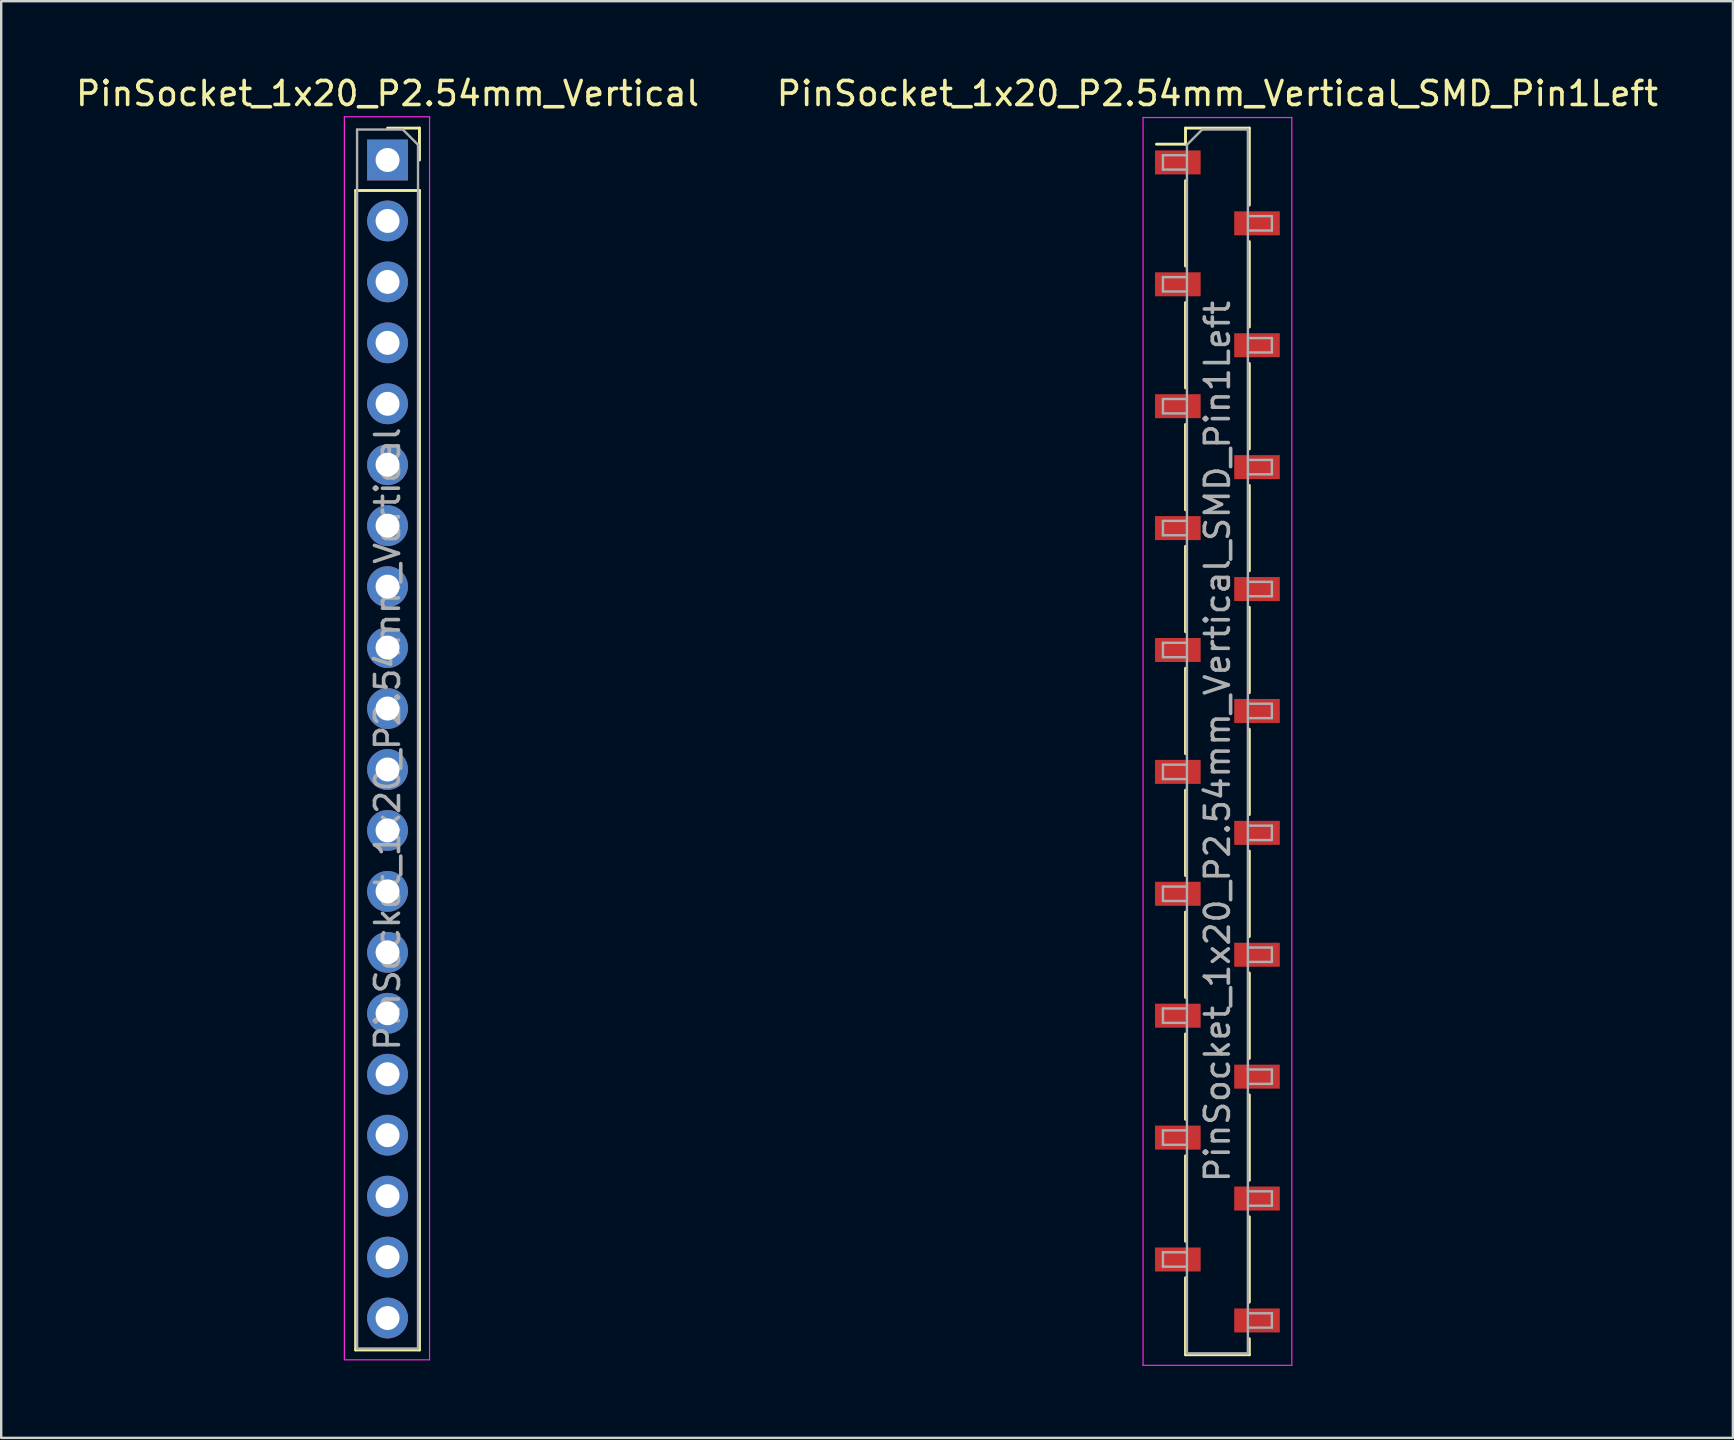
<source format=kicad_pcb>
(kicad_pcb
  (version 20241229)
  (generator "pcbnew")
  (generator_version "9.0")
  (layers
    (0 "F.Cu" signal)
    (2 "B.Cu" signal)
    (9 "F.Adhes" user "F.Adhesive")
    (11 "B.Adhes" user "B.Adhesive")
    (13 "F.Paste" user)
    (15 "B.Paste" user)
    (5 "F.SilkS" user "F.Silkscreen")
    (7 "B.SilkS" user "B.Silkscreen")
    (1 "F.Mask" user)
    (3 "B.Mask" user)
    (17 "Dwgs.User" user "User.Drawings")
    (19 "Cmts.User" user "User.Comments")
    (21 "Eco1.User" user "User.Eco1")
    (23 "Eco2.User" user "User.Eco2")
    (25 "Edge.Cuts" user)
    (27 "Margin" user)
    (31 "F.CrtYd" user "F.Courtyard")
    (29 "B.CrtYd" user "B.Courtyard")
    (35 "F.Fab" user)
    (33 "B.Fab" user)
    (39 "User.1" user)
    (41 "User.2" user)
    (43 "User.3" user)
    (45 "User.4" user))
  (footprint "PinSocket_1x20_P2.54mm_Vertical_SMD_Pin1Left"
    (layer "F.Cu")
    (at 47.685 27.848)
    (property "Reference" "PinSocket_1x20_P2.54mm_Vertical_SMD_Pin1Left" (at 0 -27 0) (layer "F.SilkS") (effects (font (size 1 1) (thickness 0.15))))
    (attr smd)
    (fp_line (start -2.54 -24.89) (end -1.33 -24.89) (stroke (width 0.12) (type solid)) (layer "F.SilkS"))
    (fp_line (start -1.33 -25.56) (end -1.33 -24.89) (stroke (width 0.12) (type solid)) (layer "F.SilkS"))
    (fp_line (start -1.33 -25.56) (end 1.33 -25.56) (stroke (width 0.12) (type solid)) (layer "F.SilkS"))
    (fp_line (start -1.33 -23.37) (end -1.33 -19.81) (stroke (width 0.12) (type solid)) (layer "F.SilkS"))
    (fp_line (start -1.33 -18.29) (end -1.33 -14.73) (stroke (width 0.12) (type solid)) (layer "F.SilkS"))
    (fp_line (start -1.33 -13.21) (end -1.33 -9.65) (stroke (width 0.12) (type solid)) (layer "F.SilkS"))
    (fp_line (start -1.33 -8.13) (end -1.33 -4.57) (stroke (width 0.12) (type solid)) (layer "F.SilkS"))
    (fp_line (start -1.33 -3.05) (end -1.33 0.51) (stroke (width 0.12) (type solid)) (layer "F.SilkS"))
    (fp_line (start -1.33 2.03) (end -1.33 5.59) (stroke (width 0.12) (type solid)) (layer "F.SilkS"))
    (fp_line (start -1.33 7.11) (end -1.33 10.67) (stroke (width 0.12) (type solid)) (layer "F.SilkS"))
    (fp_line (start -1.33 12.19) (end -1.33 15.75) (stroke (width 0.12) (type solid)) (layer "F.SilkS"))
    (fp_line (start -1.33 17.27) (end -1.33 20.83) (stroke (width 0.12) (type solid)) (layer "F.SilkS"))
    (fp_line (start -1.33 22.35) (end -1.33 25.56) (stroke (width 0.12) (type solid)) (layer "F.SilkS"))
    (fp_line (start -1.33 25.56) (end 1.33 25.56) (stroke (width 0.12) (type solid)) (layer "F.SilkS"))
    (fp_line (start 1.33 -25.56) (end 1.33 -22.35) (stroke (width 0.12) (type solid)) (layer "F.SilkS"))
    (fp_line (start 1.33 -20.83) (end 1.33 -17.27) (stroke (width 0.12) (type solid)) (layer "F.SilkS"))
    (fp_line (start 1.33 -15.75) (end 1.33 -12.19) (stroke (width 0.12) (type solid)) (layer "F.SilkS"))
    (fp_line (start 1.33 -10.67) (end 1.33 -7.11) (stroke (width 0.12) (type solid)) (layer "F.SilkS"))
    (fp_line (start 1.33 -5.59) (end 1.33 -2.03) (stroke (width 0.12) (type solid)) (layer "F.SilkS"))
    (fp_line (start 1.33 -0.51) (end 1.33 3.05) (stroke (width 0.12) (type solid)) (layer "F.SilkS"))
    (fp_line (start 1.33 4.57) (end 1.33 8.13) (stroke (width 0.12) (type solid)) (layer "F.SilkS"))
    (fp_line (start 1.33 9.65) (end 1.33 13.21) (stroke (width 0.12) (type solid)) (layer "F.SilkS"))
    (fp_line (start 1.33 14.73) (end 1.33 18.29) (stroke (width 0.12) (type solid)) (layer "F.SilkS"))
    (fp_line (start 1.33 19.81) (end 1.33 23.37) (stroke (width 0.12) (type solid)) (layer "F.SilkS"))
    (fp_line (start 1.33 24.89) (end 1.33 25.56) (stroke (width 0.12) (type solid)) (layer "F.SilkS"))
    (fp_line (start -3.1 -26) (end 3.1 -26) (stroke (width 0.05) (type solid)) (layer "F.CrtYd"))
    (fp_line (start -3.1 26) (end -3.1 -26) (stroke (width 0.05) (type solid)) (layer "F.CrtYd"))
    (fp_line (start 3.1 -26) (end 3.1 26) (stroke (width 0.05) (type solid)) (layer "F.CrtYd"))
    (fp_line (start 3.1 26) (end -3.1 26) (stroke (width 0.05) (type solid)) (layer "F.CrtYd"))
    (fp_line (start -2.27 -24.43) (end -1.27 -24.43) (stroke (width 0.1) (type solid)) (layer "F.Fab"))
    (fp_line (start -2.27 -23.83) (end -2.27 -24.43) (stroke (width 0.1) (type solid)) (layer "F.Fab"))
    (fp_line (start -2.27 -19.35) (end -1.27 -19.35) (stroke (width 0.1) (type solid)) (layer "F.Fab"))
    (fp_line (start -2.27 -18.75) (end -2.27 -19.35) (stroke (width 0.1) (type solid)) (layer "F.Fab"))
    (fp_line (start -2.27 -14.27) (end -1.27 -14.27) (stroke (width 0.1) (type solid)) (layer "F.Fab"))
    (fp_line (start -2.27 -13.67) (end -2.27 -14.27) (stroke (width 0.1) (type solid)) (layer "F.Fab"))
    (fp_line (start -2.27 -9.19) (end -1.27 -9.19) (stroke (width 0.1) (type solid)) (layer "F.Fab"))
    (fp_line (start -2.27 -8.59) (end -2.27 -9.19) (stroke (width 0.1) (type solid)) (layer "F.Fab"))
    (fp_line (start -2.27 -4.11) (end -1.27 -4.11) (stroke (width 0.1) (type solid)) (layer "F.Fab"))
    (fp_line (start -2.27 -3.51) (end -2.27 -4.11) (stroke (width 0.1) (type solid)) (layer "F.Fab"))
    (fp_line (start -2.27 0.97) (end -1.27 0.97) (stroke (width 0.1) (type solid)) (layer "F.Fab"))
    (fp_line (start -2.27 1.57) (end -2.27 0.97) (stroke (width 0.1) (type solid)) (layer "F.Fab"))
    (fp_line (start -2.27 6.05) (end -1.27 6.05) (stroke (width 0.1) (type solid)) (layer "F.Fab"))
    (fp_line (start -2.27 6.65) (end -2.27 6.05) (stroke (width 0.1) (type solid)) (layer "F.Fab"))
    (fp_line (start -2.27 11.13) (end -1.27 11.13) (stroke (width 0.1) (type solid)) (layer "F.Fab"))
    (fp_line (start -2.27 11.73) (end -2.27 11.13) (stroke (width 0.1) (type solid)) (layer "F.Fab"))
    (fp_line (start -2.27 16.21) (end -1.27 16.21) (stroke (width 0.1) (type solid)) (layer "F.Fab"))
    (fp_line (start -2.27 16.81) (end -2.27 16.21) (stroke (width 0.1) (type solid)) (layer "F.Fab"))
    (fp_line (start -2.27 21.29) (end -1.27 21.29) (stroke (width 0.1) (type solid)) (layer "F.Fab"))
    (fp_line (start -2.27 21.89) (end -2.27 21.29) (stroke (width 0.1) (type solid)) (layer "F.Fab"))
    (fp_line (start -1.27 -24.865) (end -0.635 -25.5) (stroke (width 0.1) (type solid)) (layer "F.Fab"))
    (fp_line (start -1.27 -23.83) (end -2.27 -23.83) (stroke (width 0.1) (type solid)) (layer "F.Fab"))
    (fp_line (start -1.27 -18.75) (end -2.27 -18.75) (stroke (width 0.1) (type solid)) (layer "F.Fab"))
    (fp_line (start -1.27 -13.67) (end -2.27 -13.67) (stroke (width 0.1) (type solid)) (layer "F.Fab"))
    (fp_line (start -1.27 -8.59) (end -2.27 -8.59) (stroke (width 0.1) (type solid)) (layer "F.Fab"))
    (fp_line (start -1.27 -3.51) (end -2.27 -3.51) (stroke (width 0.1) (type solid)) (layer "F.Fab"))
    (fp_line (start -1.27 1.57) (end -2.27 1.57) (stroke (width 0.1) (type solid)) (layer "F.Fab"))
    (fp_line (start -1.27 6.65) (end -2.27 6.65) (stroke (width 0.1) (type solid)) (layer "F.Fab"))
    (fp_line (start -1.27 11.73) (end -2.27 11.73) (stroke (width 0.1) (type solid)) (layer "F.Fab"))
    (fp_line (start -1.27 16.81) (end -2.27 16.81) (stroke (width 0.1) (type solid)) (layer "F.Fab"))
    (fp_line (start -1.27 21.89) (end -2.27 21.89) (stroke (width 0.1) (type solid)) (layer "F.Fab"))
    (fp_line (start -1.27 25.5) (end -1.27 -24.865) (stroke (width 0.1) (type solid)) (layer "F.Fab"))
    (fp_line (start -0.635 -25.5) (end 1.27 -25.5) (stroke (width 0.1) (type solid)) (layer "F.Fab"))
    (fp_line (start 1.27 -25.5) (end 1.27 25.5) (stroke (width 0.1) (type solid)) (layer "F.Fab"))
    (fp_line (start 1.27 -21.89) (end 2.27 -21.89) (stroke (width 0.1) (type solid)) (layer "F.Fab"))
    (fp_line (start 1.27 -16.81) (end 2.27 -16.81) (stroke (width 0.1) (type solid)) (layer "F.Fab"))
    (fp_line (start 1.27 -11.73) (end 2.27 -11.73) (stroke (width 0.1) (type solid)) (layer "F.Fab"))
    (fp_line (start 1.27 -6.65) (end 2.27 -6.65) (stroke (width 0.1) (type solid)) (layer "F.Fab"))
    (fp_line (start 1.27 -1.57) (end 2.27 -1.57) (stroke (width 0.1) (type solid)) (layer "F.Fab"))
    (fp_line (start 1.27 3.51) (end 2.27 3.51) (stroke (width 0.1) (type solid)) (layer "F.Fab"))
    (fp_line (start 1.27 8.59) (end 2.27 8.59) (stroke (width 0.1) (type solid)) (layer "F.Fab"))
    (fp_line (start 1.27 13.67) (end 2.27 13.67) (stroke (width 0.1) (type solid)) (layer "F.Fab"))
    (fp_line (start 1.27 18.75) (end 2.27 18.75) (stroke (width 0.1) (type solid)) (layer "F.Fab"))
    (fp_line (start 1.27 23.83) (end 2.27 23.83) (stroke (width 0.1) (type solid)) (layer "F.Fab"))
    (fp_line (start 1.27 25.5) (end -1.27 25.5) (stroke (width 0.1) (type solid)) (layer "F.Fab"))
    (fp_line (start 2.27 -21.89) (end 2.27 -21.29) (stroke (width 0.1) (type solid)) (layer "F.Fab"))
    (fp_line (start 2.27 -21.29) (end 1.27 -21.29) (stroke (width 0.1) (type solid)) (layer "F.Fab"))
    (fp_line (start 2.27 -16.81) (end 2.27 -16.21) (stroke (width 0.1) (type solid)) (layer "F.Fab"))
    (fp_line (start 2.27 -16.21) (end 1.27 -16.21) (stroke (width 0.1) (type solid)) (layer "F.Fab"))
    (fp_line (start 2.27 -11.73) (end 2.27 -11.13) (stroke (width 0.1) (type solid)) (layer "F.Fab"))
    (fp_line (start 2.27 -11.13) (end 1.27 -11.13) (stroke (width 0.1) (type solid)) (layer "F.Fab"))
    (fp_line (start 2.27 -6.65) (end 2.27 -6.05) (stroke (width 0.1) (type solid)) (layer "F.Fab"))
    (fp_line (start 2.27 -6.05) (end 1.27 -6.05) (stroke (width 0.1) (type solid)) (layer "F.Fab"))
    (fp_line (start 2.27 -1.57) (end 2.27 -0.97) (stroke (width 0.1) (type solid)) (layer "F.Fab"))
    (fp_line (start 2.27 -0.97) (end 1.27 -0.97) (stroke (width 0.1) (type solid)) (layer "F.Fab"))
    (fp_line (start 2.27 3.51) (end 2.27 4.11) (stroke (width 0.1) (type solid)) (layer "F.Fab"))
    (fp_line (start 2.27 4.11) (end 1.27 4.11) (stroke (width 0.1) (type solid)) (layer "F.Fab"))
    (fp_line (start 2.27 8.59) (end 2.27 9.19) (stroke (width 0.1) (type solid)) (layer "F.Fab"))
    (fp_line (start 2.27 9.19) (end 1.27 9.19) (stroke (width 0.1) (type solid)) (layer "F.Fab"))
    (fp_line (start 2.27 13.67) (end 2.27 14.27) (stroke (width 0.1) (type solid)) (layer "F.Fab"))
    (fp_line (start 2.27 14.27) (end 1.27 14.27) (stroke (width 0.1) (type solid)) (layer "F.Fab"))
    (fp_line (start 2.27 18.75) (end 2.27 19.35) (stroke (width 0.1) (type solid)) (layer "F.Fab"))
    (fp_line (start 2.27 19.35) (end 1.27 19.35) (stroke (width 0.1) (type solid)) (layer "F.Fab"))
    (fp_line (start 2.27 23.83) (end 2.27 24.43) (stroke (width 0.1) (type solid)) (layer "F.Fab"))
    (fp_line (start 2.27 24.43) (end 1.27 24.43) (stroke (width 0.1) (type solid)) (layer "F.Fab"))
    (fp_text user "${REFERENCE}" (at 0 0 90) (layer "F.Fab") (effects (font (size 1 1) (thickness 0.15))))
    (pad "1" smd rect (at -1.65 -24.13) (size 1.9 1) (layers "F.Cu" "F.Mask" "F.Paste"))
    (pad "2" smd rect (at 1.65 -21.59) (size 1.9 1) (layers "F.Cu" "F.Mask" "F.Paste"))
    (pad "3" smd rect (at -1.65 -19.05) (size 1.9 1) (layers "F.Cu" "F.Mask" "F.Paste"))
    (pad "4" smd rect (at 1.65 -16.51) (size 1.9 1) (layers "F.Cu" "F.Mask" "F.Paste"))
    (pad "5" smd rect (at -1.65 -13.97) (size 1.9 1) (layers "F.Cu" "F.Mask" "F.Paste"))
    (pad "6" smd rect (at 1.65 -11.43) (size 1.9 1) (layers "F.Cu" "F.Mask" "F.Paste"))
    (pad "7" smd rect (at -1.65 -8.89) (size 1.9 1) (layers "F.Cu" "F.Mask" "F.Paste"))
    (pad "8" smd rect (at 1.65 -6.35) (size 1.9 1) (layers "F.Cu" "F.Mask" "F.Paste"))
    (pad "9" smd rect (at -1.65 -3.81) (size 1.9 1) (layers "F.Cu" "F.Mask" "F.Paste"))
    (pad "10" smd rect (at 1.65 -1.27) (size 1.9 1) (layers "F.Cu" "F.Mask" "F.Paste"))
    (pad "11" smd rect (at -1.65 1.27) (size 1.9 1) (layers "F.Cu" "F.Mask" "F.Paste"))
    (pad "12" smd rect (at 1.65 3.81) (size 1.9 1) (layers "F.Cu" "F.Mask" "F.Paste"))
    (pad "13" smd rect (at -1.65 6.35) (size 1.9 1) (layers "F.Cu" "F.Mask" "F.Paste"))
    (pad "14" smd rect (at 1.65 8.89) (size 1.9 1) (layers "F.Cu" "F.Mask" "F.Paste"))
    (pad "15" smd rect (at -1.65 11.43) (size 1.9 1) (layers "F.Cu" "F.Mask" "F.Paste"))
    (pad "16" smd rect (at 1.65 13.97) (size 1.9 1) (layers "F.Cu" "F.Mask" "F.Paste"))
    (pad "17" smd rect (at -1.65 16.51) (size 1.9 1) (layers "F.Cu" "F.Mask" "F.Paste"))
    (pad "18" smd rect (at 1.65 19.05) (size 1.9 1) (layers "F.Cu" "F.Mask" "F.Paste"))
    (pad "19" smd rect (at -1.65 21.59) (size 1.9 1) (layers "F.Cu" "F.Mask" "F.Paste"))
    (pad "20" smd rect (at 1.65 24.13) (size 1.9 1) (layers "F.Cu" "F.Mask" "F.Paste")))
  (footprint "PinSocket_1x20_P2.54mm_Vertical"
    (layer "F.Cu")
    (at 13.101 3.618)
    (property "Reference" "PinSocket_1x20_P2.54mm_Vertical" (at 0 -2.77 0) (layer "F.SilkS") (effects (font (size 1 1) (thickness 0.15))))
    (attr through_hole)
    (fp_line (start -1.33 1.27) (end -1.33 49.59) (stroke (width 0.12) (type solid)) (layer "F.SilkS"))
    (fp_line (start -1.33 1.27) (end 1.33 1.27) (stroke (width 0.12) (type solid)) (layer "F.SilkS"))
    (fp_line (start -1.33 49.59) (end 1.33 49.59) (stroke (width 0.12) (type solid)) (layer "F.SilkS"))
    (fp_line (start 0 -1.33) (end 1.33 -1.33) (stroke (width 0.12) (type solid)) (layer "F.SilkS"))
    (fp_line (start 1.33 -1.33) (end 1.33 0) (stroke (width 0.12) (type solid)) (layer "F.SilkS"))
    (fp_line (start 1.33 1.27) (end 1.33 49.59) (stroke (width 0.12) (type solid)) (layer "F.SilkS"))
    (fp_line (start -1.8 -1.8) (end 1.75 -1.8) (stroke (width 0.05) (type solid)) (layer "F.CrtYd"))
    (fp_line (start -1.8 50) (end -1.8 -1.8) (stroke (width 0.05) (type solid)) (layer "F.CrtYd"))
    (fp_line (start 1.75 -1.8) (end 1.75 50) (stroke (width 0.05) (type solid)) (layer "F.CrtYd"))
    (fp_line (start 1.75 50) (end -1.8 50) (stroke (width 0.05) (type solid)) (layer "F.CrtYd"))
    (fp_line (start -1.27 -1.27) (end 0.635 -1.27) (stroke (width 0.1) (type solid)) (layer "F.Fab"))
    (fp_line (start -1.27 49.53) (end -1.27 -1.27) (stroke (width 0.1) (type solid)) (layer "F.Fab"))
    (fp_line (start 0.635 -1.27) (end 1.27 -0.635) (stroke (width 0.1) (type solid)) (layer "F.Fab"))
    (fp_line (start 1.27 -0.635) (end 1.27 49.53) (stroke (width 0.1) (type solid)) (layer "F.Fab"))
    (fp_line (start 1.27 49.53) (end -1.27 49.53) (stroke (width 0.1) (type solid)) (layer "F.Fab"))
    (fp_text user "${REFERENCE}" (at 0 24.13 90) (layer "F.Fab") (effects (font (size 1 1) (thickness 0.15))))
    (pad "1" thru_hole rect (at 0 0) (size 1.7 1.7) (drill 1) (layers "*.Cu" "*.Mask"))
    (pad "2" thru_hole oval (at 0 2.54) (size 1.7 1.7) (drill 1) (layers "*.Cu" "*.Mask"))
    (pad "3" thru_hole oval (at 0 5.08) (size 1.7 1.7) (drill 1) (layers "*.Cu" "*.Mask"))
    (pad "4" thru_hole oval (at 0 7.62) (size 1.7 1.7) (drill 1) (layers "*.Cu" "*.Mask"))
    (pad "5" thru_hole oval (at 0 10.16) (size 1.7 1.7) (drill 1) (layers "*.Cu" "*.Mask"))
    (pad "6" thru_hole oval (at 0 12.7) (size 1.7 1.7) (drill 1) (layers "*.Cu" "*.Mask"))
    (pad "7" thru_hole oval (at 0 15.24) (size 1.7 1.7) (drill 1) (layers "*.Cu" "*.Mask"))
    (pad "8" thru_hole oval (at 0 17.78) (size 1.7 1.7) (drill 1) (layers "*.Cu" "*.Mask"))
    (pad "9" thru_hole oval (at 0 20.32) (size 1.7 1.7) (drill 1) (layers "*.Cu" "*.Mask"))
    (pad "10" thru_hole oval (at 0 22.86) (size 1.7 1.7) (drill 1) (layers "*.Cu" "*.Mask"))
    (pad "11" thru_hole oval (at 0 25.4) (size 1.7 1.7) (drill 1) (layers "*.Cu" "*.Mask"))
    (pad "12" thru_hole oval (at 0 27.94) (size 1.7 1.7) (drill 1) (layers "*.Cu" "*.Mask"))
    (pad "13" thru_hole oval (at 0 30.48) (size 1.7 1.7) (drill 1) (layers "*.Cu" "*.Mask"))
    (pad "14" thru_hole oval (at 0 33.02) (size 1.7 1.7) (drill 1) (layers "*.Cu" "*.Mask"))
    (pad "15" thru_hole oval (at 0 35.56) (size 1.7 1.7) (drill 1) (layers "*.Cu" "*.Mask"))
    (pad "16" thru_hole oval (at 0 38.1) (size 1.7 1.7) (drill 1) (layers "*.Cu" "*.Mask"))
    (pad "17" thru_hole oval (at 0 40.64) (size 1.7 1.7) (drill 1) (layers "*.Cu" "*.Mask"))
    (pad "18" thru_hole oval (at 0 43.18) (size 1.7 1.7) (drill 1) (layers "*.Cu" "*.Mask"))
    (pad "19" thru_hole oval (at 0 45.72) (size 1.7 1.7) (drill 1) (layers "*.Cu" "*.Mask"))
    (pad "20" thru_hole oval (at 0 48.26) (size 1.7 1.7) (drill 1) (layers "*.Cu" "*.Mask")))
  (gr_rect
    (start -3 -3)
    (end 69.167 56.873)
    (stroke (width 0.1) (type default))
    (fill no)
    (layer "Edge.Cuts")))
</source>
